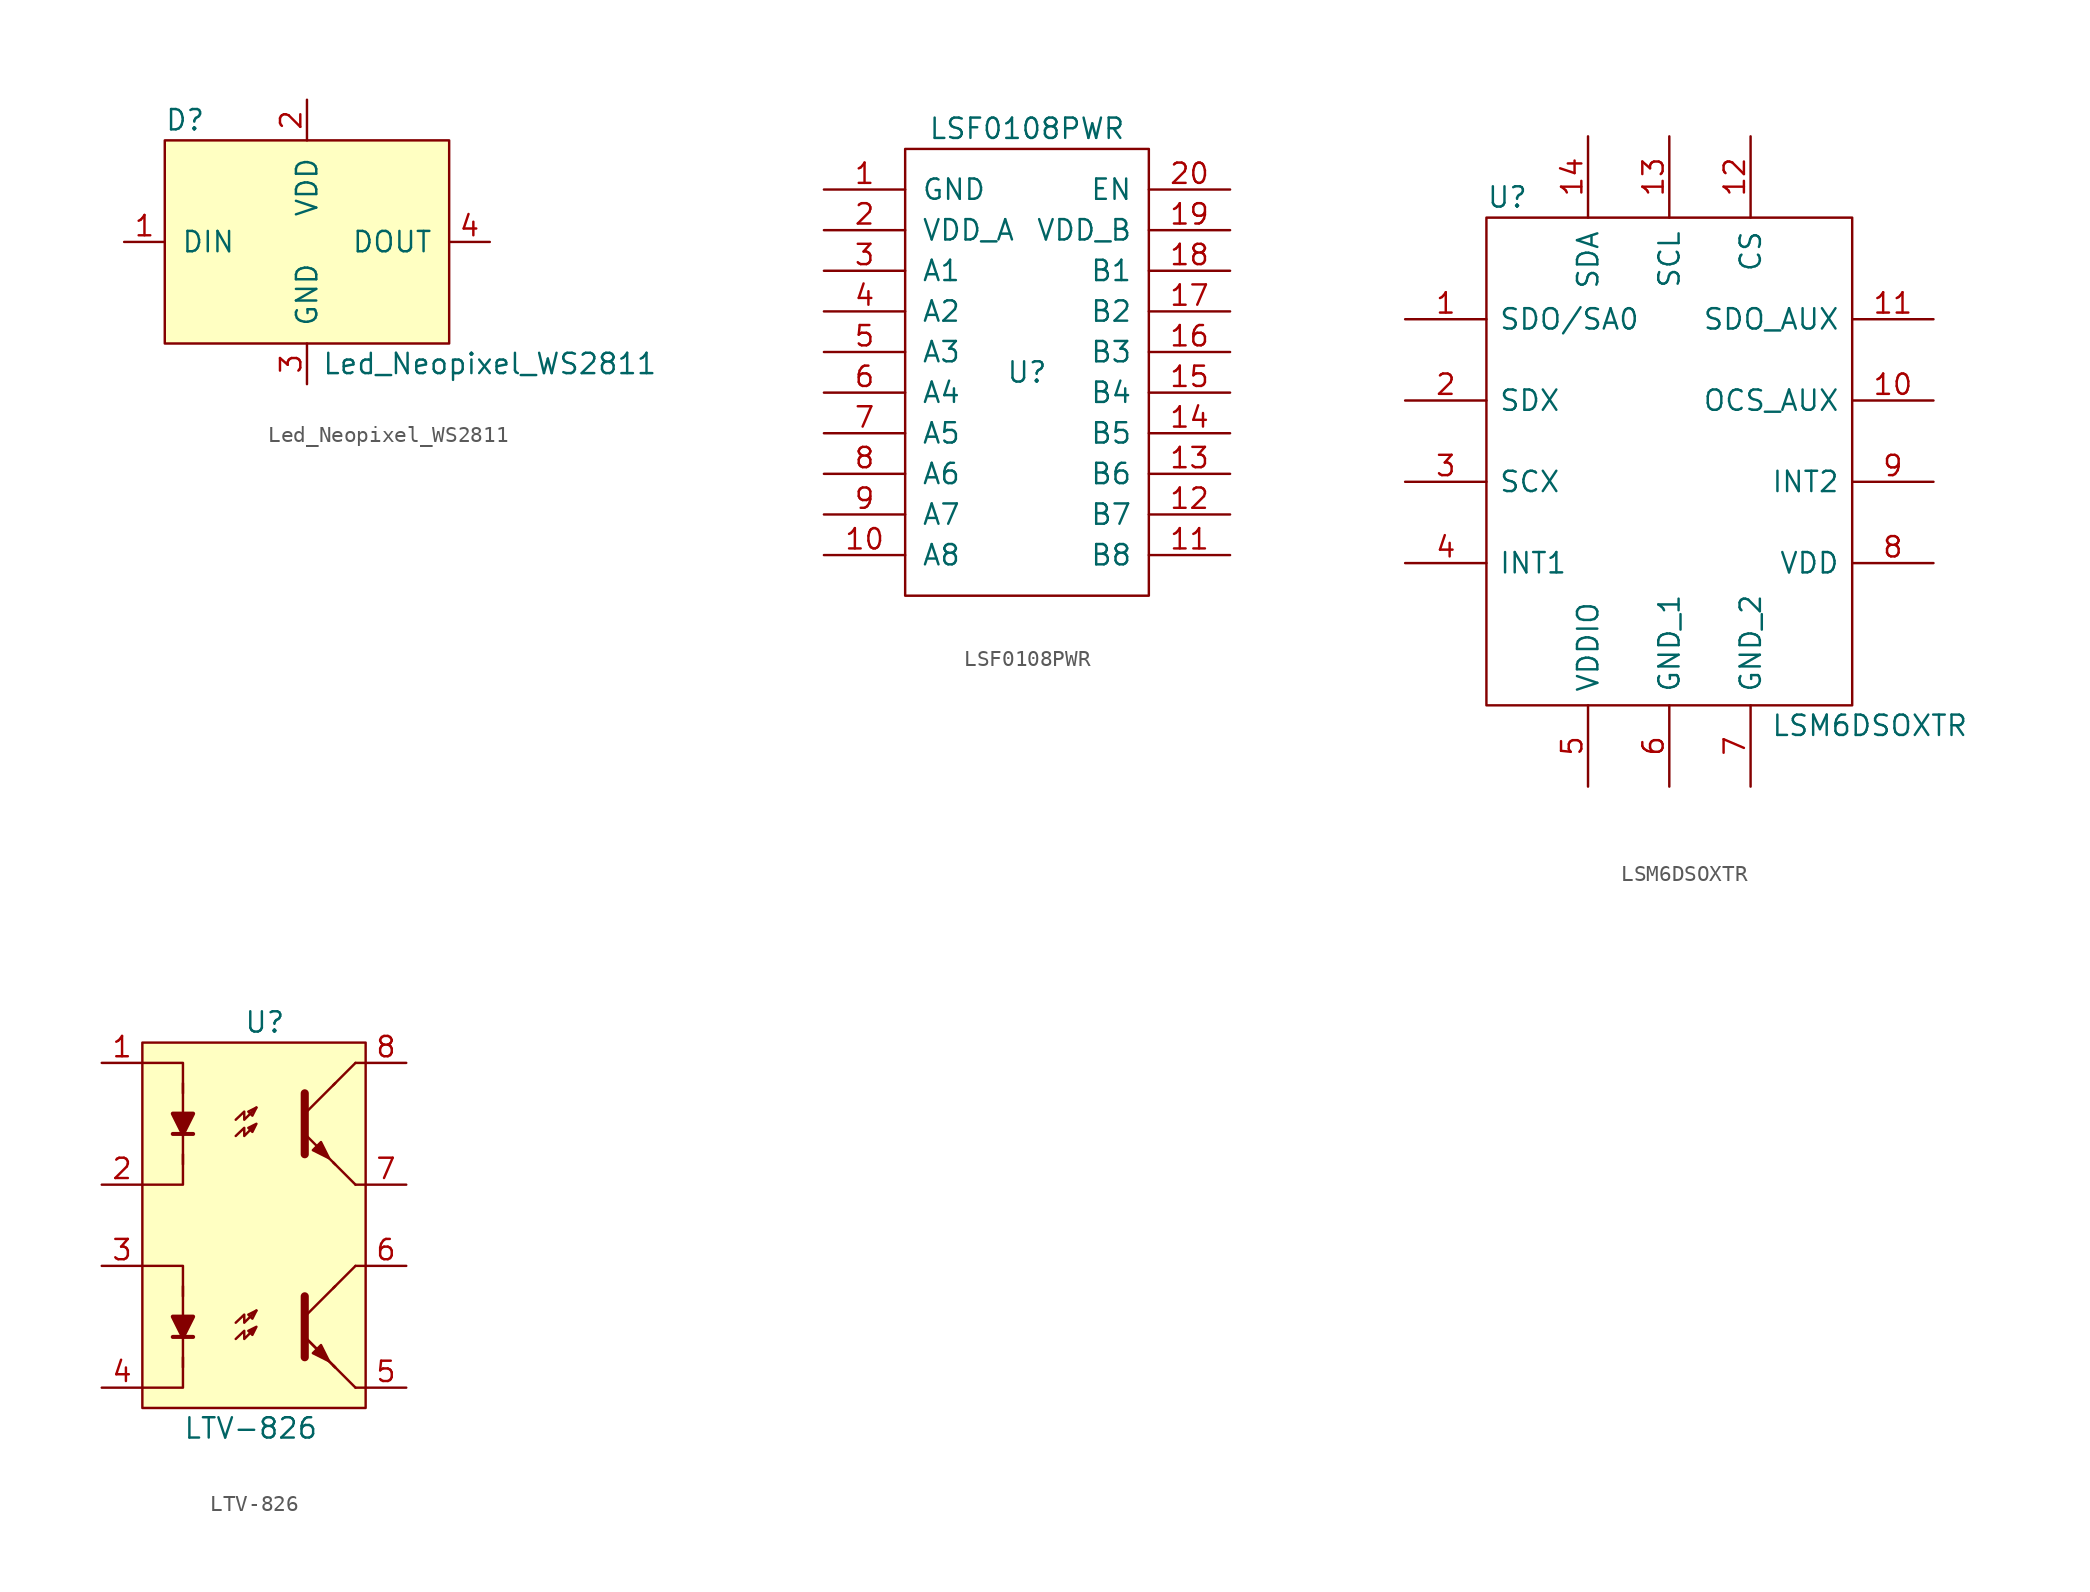
<source format=kicad_sym>
(kicad_symbol_lib
  (version 20211014)
  (generator kicad_symbol_editor)
  (symbol "Led_Neopixel_WS2811"
    (pin_names
      (offset 1.016))
    (property "Reference" "D"
      (at -7.62 7.62 0)
      (effects (font (size 1.27 1.27))))
    (property "Value" "Led_Neopixel_WS2811"
      (at 11.43 -7.62 0)
      (effects (font (size 1.27 1.27))))
    (symbol "Led_Neopixel_WS2811_0_1"
      (rectangle (start -8.89 6.35) (end 8.89 -6.35) (stroke (width 0) (type default) (color 0 0 0 0)) (fill (type background))))
    (symbol "Led_Neopixel_WS2811_1_1"
      (pin input line (at -11.43 0 0) (length 2.54) (name "DIN" (effects (font (size 1.27 1.27)))) (number "1" (effects (font (size 1.27 1.27)))))
      (pin input line (at 0 8.89 270) (length 2.54) (name "VDD" (effects (font (size 1.27 1.27)))) (number "2" (effects (font (size 1.27 1.27)))))
      (pin input line (at 0 -8.89 90) (length 2.54) (name "GND" (effects (font (size 1.27 1.27)))) (number "3" (effects (font (size 1.27 1.27)))))
      (pin input line (at 11.43 0 180) (length 2.54) (name "DOUT" (effects (font (size 1.27 1.27)))) (number "4" (effects (font (size 1.27 1.27)))))))
  (symbol "LSF0108PWR"
    (pin_names
      (offset 1.016))
    (property "Reference" "U"
      (at 0 0 0)
      (effects (font (size 1.27 1.27))))
    (property "Value" "LSF0108PWR"
      (at 0 15.24 0)
      (effects (font (size 1.27 1.27))))
    (symbol "LSF0108PWR_0_0"
      (pin unspecified line (at -12.7 11.43 0) (length 5.08) (name "GND" (effects (font (size 1.27 1.27)))) (number "1" (effects (font (size 1.27 1.27)))))
      (pin unspecified line (at -12.7 -11.43 0) (length 5.08) (name "A8" (effects (font (size 1.27 1.27)))) (number "10" (effects (font (size 1.27 1.27)))))
      (pin unspecified line (at 12.7 -11.43 180) (length 5.08) (name "B8" (effects (font (size 1.27 1.27)))) (number "11" (effects (font (size 1.27 1.27)))))
      (pin unspecified line (at 12.7 -8.89 180) (length 5.08) (name "B7" (effects (font (size 1.27 1.27)))) (number "12" (effects (font (size 1.27 1.27)))))
      (pin unspecified line (at 12.7 -6.35 180) (length 5.08) (name "B6" (effects (font (size 1.27 1.27)))) (number "13" (effects (font (size 1.27 1.27)))))
      (pin unspecified line (at 12.7 -3.81 180) (length 5.08) (name "B5" (effects (font (size 1.27 1.27)))) (number "14" (effects (font (size 1.27 1.27)))))
      (pin unspecified line (at 12.7 -1.27 180) (length 5.08) (name "B4" (effects (font (size 1.27 1.27)))) (number "15" (effects (font (size 1.27 1.27)))))
      (pin unspecified line (at 12.7 1.27 180) (length 5.08) (name "B3" (effects (font (size 1.27 1.27)))) (number "16" (effects (font (size 1.27 1.27)))))
      (pin unspecified line (at 12.7 3.81 180) (length 5.08) (name "B2" (effects (font (size 1.27 1.27)))) (number "17" (effects (font (size 1.27 1.27)))))
      (pin unspecified line (at 12.7 6.35 180) (length 5.08) (name "B1" (effects (font (size 1.27 1.27)))) (number "18" (effects (font (size 1.27 1.27)))))
      (pin unspecified line (at 12.7 8.89 180) (length 5.08) (name "VDD_B" (effects (font (size 1.27 1.27)))) (number "19" (effects (font (size 1.27 1.27)))))
      (pin unspecified line (at -12.7 8.89 0) (length 5.08) (name "VDD_A" (effects (font (size 1.27 1.27)))) (number "2" (effects (font (size 1.27 1.27)))))
      (pin unspecified line (at 12.7 11.43 180) (length 5.08) (name "EN" (effects (font (size 1.27 1.27)))) (number "20" (effects (font (size 1.27 1.27)))))
      (pin unspecified line (at -12.7 6.35 0) (length 5.08) (name "A1" (effects (font (size 1.27 1.27)))) (number "3" (effects (font (size 1.27 1.27)))))
      (pin unspecified line (at -12.7 3.81 0) (length 5.08) (name "A2" (effects (font (size 1.27 1.27)))) (number "4" (effects (font (size 1.27 1.27)))))
      (pin unspecified line (at -12.7 1.27 0) (length 5.08) (name "A3" (effects (font (size 1.27 1.27)))) (number "5" (effects (font (size 1.27 1.27)))))
      (pin unspecified line (at -12.7 -1.27 0) (length 5.08) (name "A4" (effects (font (size 1.27 1.27)))) (number "6" (effects (font (size 1.27 1.27)))))
      (pin unspecified line (at -12.7 -3.81 0) (length 5.08) (name "A5" (effects (font (size 1.27 1.27)))) (number "7" (effects (font (size 1.27 1.27)))))
      (pin unspecified line (at -12.7 -6.35 0) (length 5.08) (name "A6" (effects (font (size 1.27 1.27)))) (number "8" (effects (font (size 1.27 1.27)))))
      (pin unspecified line (at -12.7 -8.89 0) (length 5.08) (name "A7" (effects (font (size 1.27 1.27)))) (number "9" (effects (font (size 1.27 1.27))))))
    (symbol "LSF0108PWR_0_1"
      (rectangle (start -7.62 13.97) (end 7.62 -13.97) (stroke (width 0) (type default) (color 0 0 0 0)) (fill (type none)))))
  (symbol "LSM6DSOXTR"
    (pin_names
      (offset 0.762))
    (property "Reference" "U"
      (at 0 31.75 0)
      (effects (font (size 1.27 1.27)) (justify left)))
    (property "Value" "LSM6DSOXTR"
      (at 17.78 -1.27 0)
      (effects (font (size 1.27 1.27)) (justify left)))
    (symbol "LSM6DSOXTR_0_0"
      (pin unspecified line (at -5.08 24.13 0) (length 5.08) (name "SDO/SA0" (effects (font (size 1.27 1.27)))) (number "1" (effects (font (size 1.27 1.27)))))
      (pin unspecified line (at 27.94 19.05 180) (length 5.08) (name "OCS_AUX" (effects (font (size 1.27 1.27)))) (number "10" (effects (font (size 1.27 1.27)))))
      (pin unspecified line (at 27.94 24.13 180) (length 5.08) (name "SDO_AUX" (effects (font (size 1.27 1.27)))) (number "11" (effects (font (size 1.27 1.27)))))
      (pin unspecified line (at 16.51 35.56 270) (length 5.08) (name "CS" (effects (font (size 1.27 1.27)))) (number "12" (effects (font (size 1.27 1.27)))))
      (pin unspecified line (at 11.43 35.56 270) (length 5.08) (name "SCL" (effects (font (size 1.27 1.27)))) (number "13" (effects (font (size 1.27 1.27)))))
      (pin unspecified line (at 6.35 35.56 270) (length 5.08) (name "SDA" (effects (font (size 1.27 1.27)))) (number "14" (effects (font (size 1.27 1.27)))))
      (pin unspecified line (at -5.08 19.05 0) (length 5.08) (name "SDX" (effects (font (size 1.27 1.27)))) (number "2" (effects (font (size 1.27 1.27)))))
      (pin unspecified line (at -5.08 13.97 0) (length 5.08) (name "SCX" (effects (font (size 1.27 1.27)))) (number "3" (effects (font (size 1.27 1.27)))))
      (pin unspecified line (at -5.08 8.89 0) (length 5.08) (name "INT1" (effects (font (size 1.27 1.27)))) (number "4" (effects (font (size 1.27 1.27)))))
      (pin unspecified line (at 6.35 -5.08 90) (length 5.08) (name "VDDIO" (effects (font (size 1.27 1.27)))) (number "5" (effects (font (size 1.27 1.27)))))
      (pin unspecified line (at 11.43 -5.08 90) (length 5.08) (name "GND_1" (effects (font (size 1.27 1.27)))) (number "6" (effects (font (size 1.27 1.27)))))
      (pin unspecified line (at 16.51 -5.08 90) (length 5.08) (name "GND_2" (effects (font (size 1.27 1.27)))) (number "7" (effects (font (size 1.27 1.27)))))
      (pin unspecified line (at 27.94 8.89 180) (length 5.08) (name "VDD" (effects (font (size 1.27 1.27)))) (number "8" (effects (font (size 1.27 1.27)))))
      (pin unspecified line (at 27.94 13.97 180) (length 5.08) (name "INT2" (effects (font (size 1.27 1.27)))) (number "9" (effects (font (size 1.27 1.27))))))
    (symbol "LSM6DSOXTR_0_1"
      (polyline (pts (xy 0 30.48) (xy 22.86 30.48) (xy 22.86 0) (xy 0 0) (xy 0 30.48)) (stroke (width 0.152) (type default) (color 0 0 0 0)) (fill (type none)))))
  (symbol "LTV-826"
    (pin_names
      (offset 1.016))
    (property "Reference" "U"
      (at 6.35 24.13 0)
      (effects (font (size 1.27 1.27)) (justify left)))
    (property "Value" "LTV-826"
      (at 2.54 -1.27 0)
      (effects (font (size 1.27 1.27)) (justify left)))
    (symbol "LTV-826_0_1"
      (polyline (pts (xy 1.905 4.445) (xy 3.175 4.445)) (stroke (width 0.254) (type default) (color 0 0 0 0)) (fill (type none)))
      (polyline (pts (xy 1.905 17.145) (xy 3.175 17.145)) (stroke (width 0.254) (type default) (color 0 0 0 0)) (fill (type none)))
      (polyline (pts (xy 2.54 7.62) (xy 2.54 2.54)) (stroke (width 0) (type default) (color 0 0 0 0)) (fill (type none)))
      (polyline (pts (xy 2.54 15.24) (xy 2.54 20.32)) (stroke (width 0) (type default) (color 0 0 0 0)) (fill (type none)))
      (polyline (pts (xy 10.16 5.715) (xy 12.065 7.62)) (stroke (width 0) (type default) (color 0 0 0 0)) (fill (type none)))
      (polyline (pts (xy 10.16 18.415) (xy 12.065 20.32)) (stroke (width 0) (type default) (color 0 0 0 0)) (fill (type none)))
      (polyline (pts (xy 12.065 2.54) (xy 10.16 4.445)) (stroke (width 0) (type default) (color 0 0 0 0)) (fill (type outline)))
      (polyline (pts (xy 12.065 2.54) (xy 10.16 4.445)) (stroke (width 0) (type default) (color 0 0 0 0)) (fill (type outline)))
      (polyline (pts (xy 12.065 15.24) (xy 10.16 17.145)) (stroke (width 0) (type default) (color 0 0 0 0)) (fill (type outline)))
      (polyline (pts (xy 13.335 1.27) (xy 13.97 1.27)) (stroke (width 0) (type default) (color 0 0 0 0)) (fill (type none)))
      (polyline (pts (xy 13.335 8.89) (xy 11.938 7.493)) (stroke (width 0) (type default) (color 0 0 0 0)) (fill (type none)))
      (polyline (pts (xy 13.335 8.89) (xy 13.97 8.89)) (stroke (width 0) (type default) (color 0 0 0 0)) (fill (type none)))
      (polyline (pts (xy 13.335 13.97) (xy 13.97 13.97)) (stroke (width 0) (type default) (color 0 0 0 0)) (fill (type none)))
      (polyline (pts (xy 13.335 21.59) (xy 11.938 20.193)) (stroke (width 0) (type default) (color 0 0 0 0)) (fill (type none)))
      (polyline (pts (xy 13.335 21.59) (xy 13.97 21.59)) (stroke (width 0) (type default) (color 0 0 0 0)) (fill (type none)))
      (polyline (pts (xy 0 8.89) (xy 2.54 8.89) (xy 2.54 6.985)) (stroke (width 0) (type default) (color 0 0 0 0)) (fill (type none)))
      (polyline (pts (xy 0 21.59) (xy 2.54 21.59) (xy 2.54 19.685)) (stroke (width 0) (type default) (color 0 0 0 0)) (fill (type none)))
      (polyline (pts (xy 2.54 3.175) (xy 2.54 1.27) (xy 0 1.27)) (stroke (width 0) (type default) (color 0 0 0 0)) (fill (type none)))
      (polyline (pts (xy 2.54 15.875) (xy 2.54 13.97) (xy 0 13.97)) (stroke (width 0) (type default) (color 0 0 0 0)) (fill (type none)))
      (polyline (pts (xy 10.16 6.985) (xy 10.16 3.175) (xy 10.16 3.175)) (stroke (width 0.508) (type default) (color 0 0 0 0)) (fill (type none)))
      (polyline (pts (xy 10.16 19.685) (xy 10.16 15.875) (xy 10.16 15.875)) (stroke (width 0.508) (type default) (color 0 0 0 0)) (fill (type none)))
      (polyline (pts (xy 2.54 4.445) (xy 1.905 5.715) (xy 3.175 5.715) (xy 2.54 4.445)) (stroke (width 0.254) (type default) (color 0 0 0 0)) (fill (type outline)))
      (polyline (pts (xy 2.54 17.145) (xy 1.905 18.415) (xy 3.175 18.415) (xy 2.54 17.145)) (stroke (width 0.254) (type default) (color 0 0 0 0)) (fill (type outline)))
      (polyline (pts (xy 5.842 5.334) (xy 6.375 5.842) (xy 6.375 5.334) (xy 7.137 6.096)) (stroke (width 0) (type default) (color 0 0 0 0)) (fill (type none)))
      (polyline (pts (xy 5.842 18.034) (xy 6.375 18.542) (xy 6.375 18.034) (xy 7.137 18.796)) (stroke (width 0) (type default) (color 0 0 0 0)) (fill (type none)))
      (polyline (pts (xy 7.137 6.096) (xy 6.629 5.842) (xy 6.883 5.588) (xy 7.137 6.096)) (stroke (width 0) (type default) (color 0 0 0 0)) (fill (type none)))
      (polyline (pts (xy 7.137 18.796) (xy 6.629 18.542) (xy 6.883 18.288) (xy 7.137 18.796)) (stroke (width 0) (type default) (color 0 0 0 0)) (fill (type none)))
      (polyline (pts (xy 10.668 3.429) (xy 11.176 3.937) (xy 11.684 2.921) (xy 10.668 3.429) (xy 10.668 3.429)) (stroke (width 0) (type default) (color 0 0 0 0)) (fill (type outline)))
      (polyline (pts (xy 10.668 16.129) (xy 11.176 16.637) (xy 11.684 15.621) (xy 10.668 16.129) (xy 10.668 16.129)) (stroke (width 0) (type default) (color 0 0 0 0)) (fill (type outline)))
      (polyline (pts (xy 5.842 4.318) (xy 6.375 4.826) (xy 6.375 4.318) (xy 7.137 5.08) (xy 6.629 4.826) (xy 6.883 4.572) (xy 7.137 5.08)) (stroke (width 0) (type default) (color 0 0 0 0)) (fill (type none)))
      (polyline (pts (xy 5.842 17.018) (xy 6.375 17.526) (xy 6.375 17.018) (xy 7.137 17.78) (xy 6.629 17.526) (xy 6.883 17.272) (xy 7.137 17.78)) (stroke (width 0) (type default) (color 0 0 0 0)) (fill (type none)))
      (rectangle (start 0 22.86) (end 13.97 0) (stroke (width 0) (type default) (color 0 0 0 0)) (fill (type background))))
    (symbol "LTV-826_1_1"
      (polyline (pts (xy 11.938 2.667) (xy 13.335 1.27)) (stroke (width 0) (type default) (color 0 0 0 0)) (fill (type none)))
      (polyline (pts (xy 11.938 15.367) (xy 13.335 13.97)) (stroke (width 0) (type default) (color 0 0 0 0)) (fill (type none)))
      (pin passive line (at -2.54 21.59 0) (length 2.54) (name "~" (effects (font (size 1.27 1.27)))) (number "1" (effects (font (size 1.27 1.27)))))
      (pin passive line (at -2.54 13.97 0) (length 2.54) (name "~" (effects (font (size 1.27 1.27)))) (number "2" (effects (font (size 1.27 1.27)))))
      (pin passive line (at -2.54 8.89 0) (length 2.54) (name "~" (effects (font (size 1.27 1.27)))) (number "3" (effects (font (size 1.27 1.27)))))
      (pin passive line (at -2.54 1.27 0) (length 2.54) (name "~" (effects (font (size 1.27 1.27)))) (number "4" (effects (font (size 1.27 1.27)))))
      (pin passive line (at 16.51 1.27 180) (length 2.54) (name "~" (effects (font (size 1.27 1.27)))) (number "5" (effects (font (size 1.27 1.27)))))
      (pin passive line (at 16.51 8.89 180) (length 2.54) (name "~" (effects (font (size 1.27 1.27)))) (number "6" (effects (font (size 1.27 1.27)))))
      (pin passive line (at 16.51 13.97 180) (length 2.54) (name "~" (effects (font (size 1.27 1.27)))) (number "7" (effects (font (size 1.27 1.27)))))
      (pin passive line (at 16.51 21.59 180) (length 2.54) (name "~" (effects (font (size 1.27 1.27)))) (number "8" (effects (font (size 1.27 1.27))))))))
</source>
